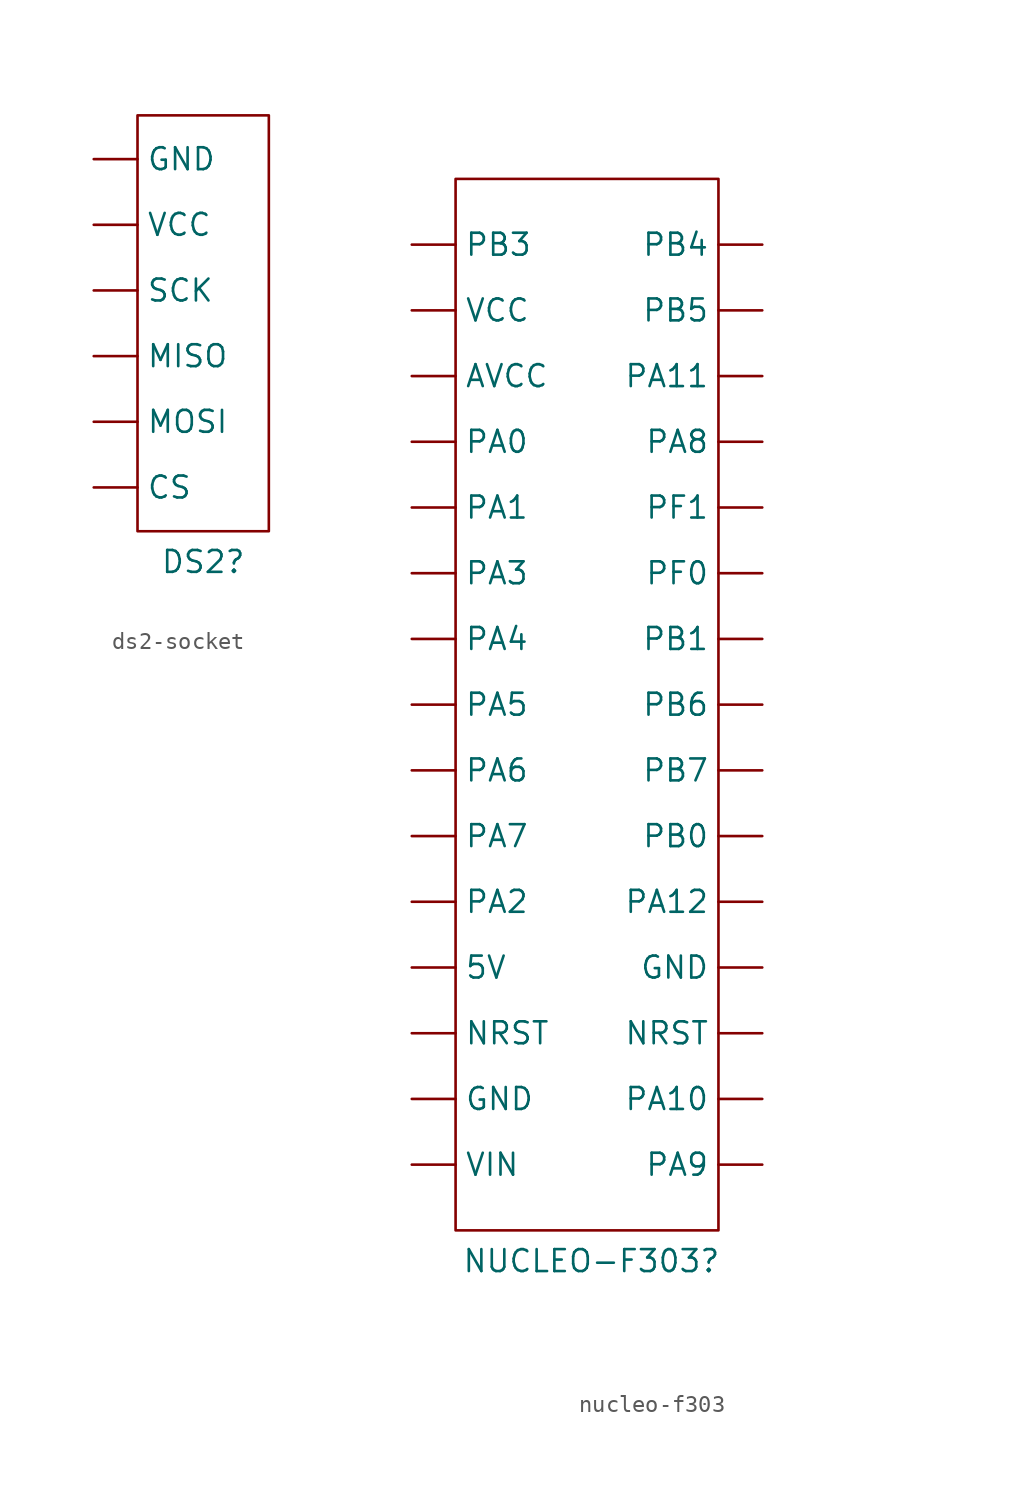
<source format=kicad_sym>
(kicad_symbol_lib
  (version 20231120)
  (generator "kicad_symbol_editor")
  (generator_version "8.0")
  (symbol "ds2-socket"
    (property "Reference" "DS2"
      (at 0 -13.208 0)
      (effects (font (size 1.27 1.27))))
    (property "Value" ""
      (at -2.54 6.35 0)
      (effects (font (size 1.27 1.27))))
    (symbol "ds2-socket_0_1"
      (rectangle (start -3.81 12.7) (end 3.81 -11.43) (stroke (width 0) (type default)) (fill (type none))))
    (symbol "ds2-socket_1_1"
      (pin input line (at -6.35 -8.89 0) (length 2.54) (name "CS" (effects (font (size 1.27 1.27)))) (number "" (effects (font (size 1.27 1.27)))))
      (pin power_in line (at -6.35 10.16 0) (length 2.54) (name "GND" (effects (font (size 1.27 1.27)))) (number "" (effects (font (size 1.27 1.27)))))
      (pin output line (at -6.35 -1.27 0) (length 2.54) (name "MISO" (effects (font (size 1.27 1.27)))) (number "" (effects (font (size 1.27 1.27)))))
      (pin input line (at -6.35 -5.08 0) (length 2.54) (name "MOSI" (effects (font (size 1.27 1.27)))) (number "" (effects (font (size 1.27 1.27)))))
      (pin input line (at -6.35 2.54 0) (length 2.54) (name "SCK" (effects (font (size 1.27 1.27)))) (number "" (effects (font (size 1.27 1.27)))))
      (pin power_in line (at -6.35 6.35 0) (length 2.54) (name "VCC" (effects (font (size 1.27 1.27)))) (number "" (effects (font (size 1.27 1.27)))))))
  (symbol "nucleo-f303"
    (property "Reference" "NUCLEO-F303"
      (at 0.254 -32.258 0)
      (effects (font (size 1.27 1.27))))
    (property "Value" ""
      (at 17.78 -16.51 0)
      (effects (font (size 1.27 1.27))))
    (symbol "nucleo-f303_0_1"
      (rectangle (start -7.62 30.48) (end 7.62 -30.48) (stroke (width 0) (type default)) (fill (type none))))
    (symbol "nucleo-f303_1_1"
      (pin power_in line (at -10.16 -15.24 0) (length 2.54) (name "5V" (effects (font (size 1.27 1.27)))) (number "" (effects (font (size 1.27 1.27)))))
      (pin power_out line (at -10.16 19.05 0) (length 2.54) (name "AVCC" (effects (font (size 1.27 1.27)))) (number "" (effects (font (size 1.27 1.27)))))
      (pin power_in line (at -10.16 -22.86 0) (length 2.54) (name "GND" (effects (font (size 1.27 1.27)))) (number "" (effects (font (size 1.27 1.27)))))
      (pin power_in line (at 10.16 -15.24 180) (length 2.54) (name "GND" (effects (font (size 1.27 1.27)))) (number "" (effects (font (size 1.27 1.27)))))
      (pin input line (at -10.16 -19.05 0) (length 2.54) (name "NRST" (effects (font (size 1.27 1.27)))) (number "" (effects (font (size 1.27 1.27)))))
      (pin input line (at 10.16 -19.05 180) (length 2.54) (name "NRST" (effects (font (size 1.27 1.27)))) (number "" (effects (font (size 1.27 1.27)))))
      (pin bidirectional line (at -10.16 15.24 0) (length 2.54) (name "PA0" (effects (font (size 1.27 1.27)))) (number "" (effects (font (size 1.27 1.27)))))
      (pin bidirectional line (at -10.16 11.43 0) (length 2.54) (name "PA1" (effects (font (size 1.27 1.27)))) (number "" (effects (font (size 1.27 1.27)))))
      (pin bidirectional line (at 10.16 -22.86 180) (length 2.54) (name "PA10" (effects (font (size 1.27 1.27)))) (number "" (effects (font (size 1.27 1.27)))))
      (pin bidirectional line (at 10.16 19.05 180) (length 2.54) (name "PA11" (effects (font (size 1.27 1.27)))) (number "" (effects (font (size 1.27 1.27)))))
      (pin bidirectional line (at 10.16 -11.43 180) (length 2.54) (name "PA12" (effects (font (size 1.27 1.27)))) (number "" (effects (font (size 1.27 1.27)))))
      (pin bidirectional line (at -10.16 -11.43 0) (length 2.54) (name "PA2" (effects (font (size 1.27 1.27)))) (number "" (effects (font (size 1.27 1.27)))))
      (pin bidirectional line (at -10.16 7.62 0) (length 2.54) (name "PA3" (effects (font (size 1.27 1.27)))) (number "" (effects (font (size 1.27 1.27)))))
      (pin bidirectional line (at -10.16 3.81 0) (length 2.54) (name "PA4" (effects (font (size 1.27 1.27)))) (number "" (effects (font (size 1.27 1.27)))))
      (pin bidirectional line (at -10.16 0 0) (length 2.54) (name "PA5" (effects (font (size 1.27 1.27)))) (number "" (effects (font (size 1.27 1.27)))))
      (pin bidirectional line (at -10.16 -3.81 0) (length 2.54) (name "PA6" (effects (font (size 1.27 1.27)))) (number "" (effects (font (size 1.27 1.27)))))
      (pin bidirectional line (at -10.16 -7.62 0) (length 2.54) (name "PA7" (effects (font (size 1.27 1.27)))) (number "" (effects (font (size 1.27 1.27)))))
      (pin bidirectional line (at 10.16 15.24 180) (length 2.54) (name "PA8" (effects (font (size 1.27 1.27)))) (number "" (effects (font (size 1.27 1.27)))))
      (pin bidirectional line (at 10.16 -26.67 180) (length 2.54) (name "PA9" (effects (font (size 1.27 1.27)))) (number "" (effects (font (size 1.27 1.27)))))
      (pin bidirectional line (at 10.16 -7.62 180) (length 2.54) (name "PB0" (effects (font (size 1.27 1.27)))) (number "" (effects (font (size 1.27 1.27)))))
      (pin bidirectional line (at 10.16 3.81 180) (length 2.54) (name "PB1" (effects (font (size 1.27 1.27)))) (number "" (effects (font (size 1.27 1.27)))))
      (pin bidirectional line (at -10.16 26.67 0) (length 2.54) (name "PB3" (effects (font (size 1.27 1.27)))) (number "" (effects (font (size 1.27 1.27)))))
      (pin bidirectional line (at 10.16 26.67 180) (length 2.54) (name "PB4" (effects (font (size 1.27 1.27)))) (number "" (effects (font (size 1.27 1.27)))))
      (pin bidirectional line (at 10.16 22.86 180) (length 2.54) (name "PB5" (effects (font (size 1.27 1.27)))) (number "" (effects (font (size 1.27 1.27)))))
      (pin bidirectional line (at 10.16 0 180) (length 2.54) (name "PB6" (effects (font (size 1.27 1.27)))) (number "" (effects (font (size 1.27 1.27)))))
      (pin bidirectional line (at 10.16 -3.81 180) (length 2.54) (name "PB7" (effects (font (size 1.27 1.27)))) (number "" (effects (font (size 1.27 1.27)))))
      (pin bidirectional line (at 10.16 7.62 180) (length 2.54) (name "PF0" (effects (font (size 1.27 1.27)))) (number "" (effects (font (size 1.27 1.27)))))
      (pin bidirectional line (at 10.16 11.43 180) (length 2.54) (name "PF1" (effects (font (size 1.27 1.27)))) (number "" (effects (font (size 1.27 1.27)))))
      (pin power_out line (at -10.16 22.86 0) (length 2.54) (name "VCC" (effects (font (size 1.27 1.27)))) (number "" (effects (font (size 1.27 1.27)))))
      (pin power_in line (at -10.16 -26.67 0) (length 2.54) (name "VIN" (effects (font (size 1.27 1.27)))) (number "" (effects (font (size 1.27 1.27))))))))
</source>
